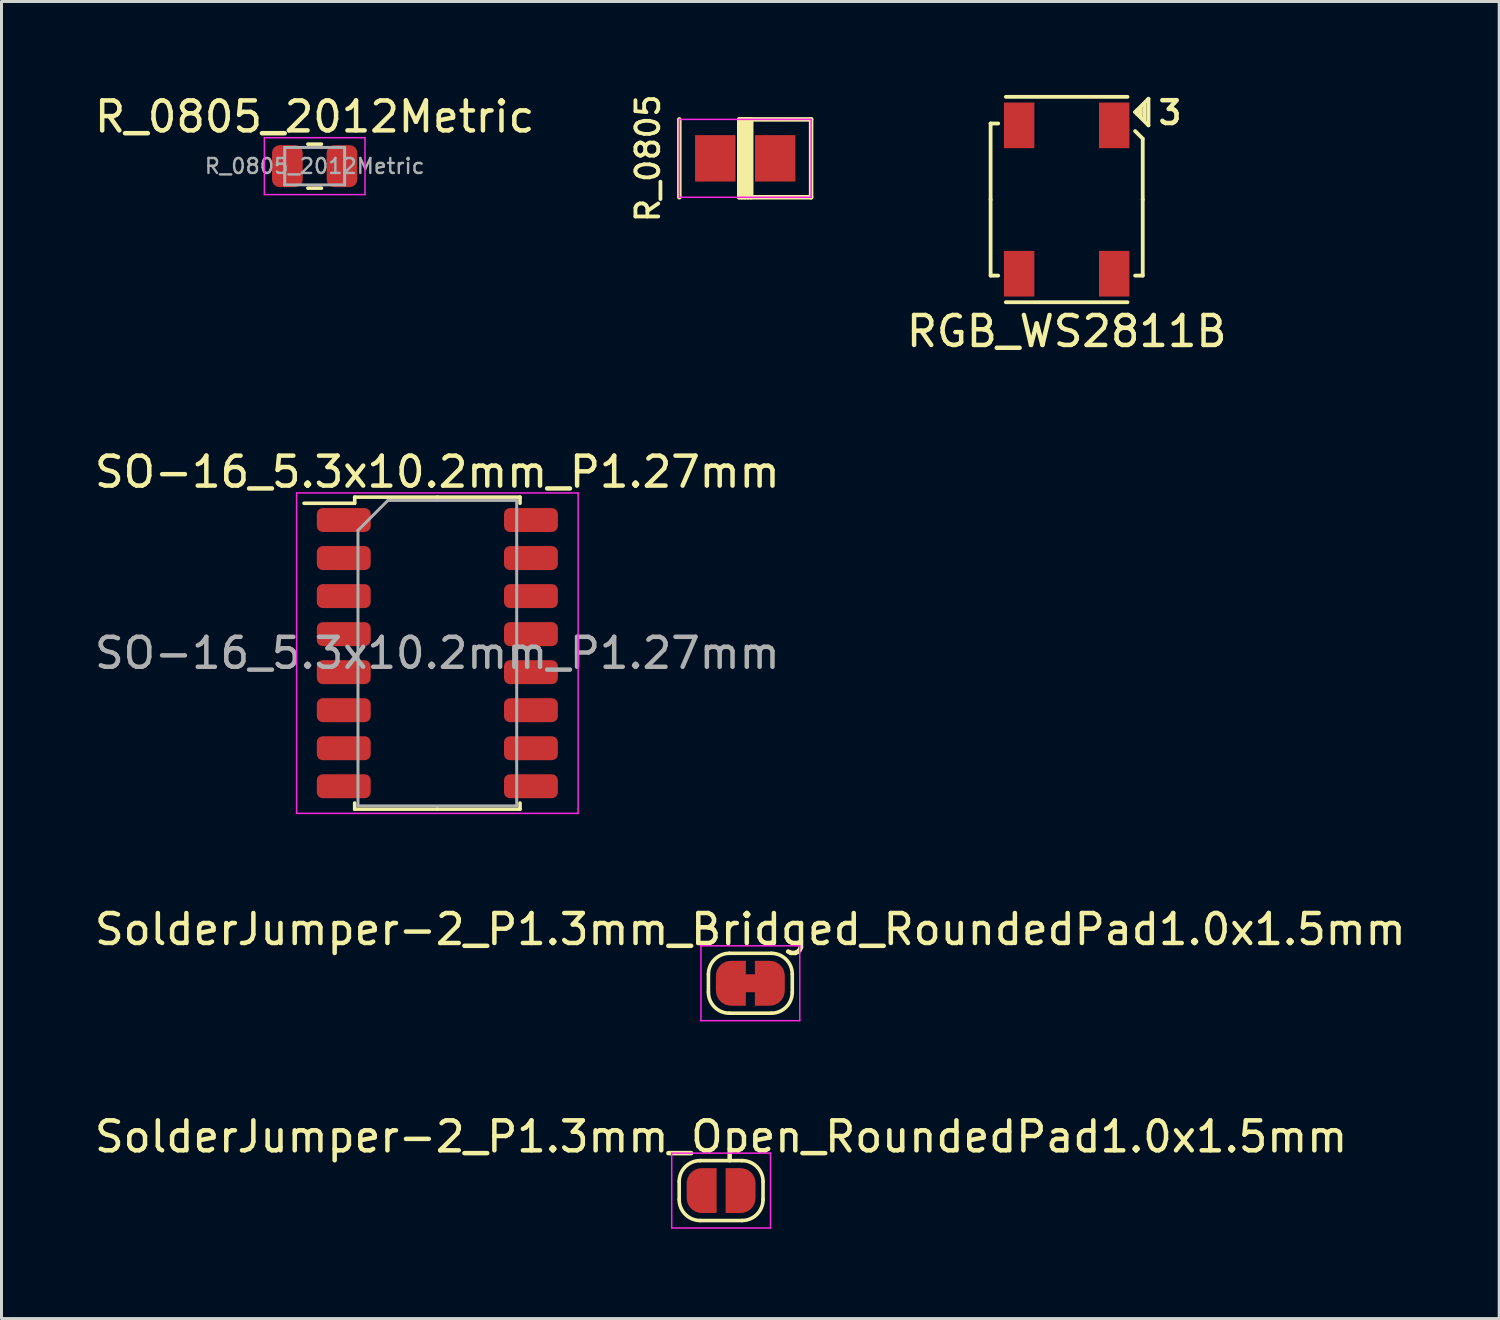
<source format=kicad_pcb>
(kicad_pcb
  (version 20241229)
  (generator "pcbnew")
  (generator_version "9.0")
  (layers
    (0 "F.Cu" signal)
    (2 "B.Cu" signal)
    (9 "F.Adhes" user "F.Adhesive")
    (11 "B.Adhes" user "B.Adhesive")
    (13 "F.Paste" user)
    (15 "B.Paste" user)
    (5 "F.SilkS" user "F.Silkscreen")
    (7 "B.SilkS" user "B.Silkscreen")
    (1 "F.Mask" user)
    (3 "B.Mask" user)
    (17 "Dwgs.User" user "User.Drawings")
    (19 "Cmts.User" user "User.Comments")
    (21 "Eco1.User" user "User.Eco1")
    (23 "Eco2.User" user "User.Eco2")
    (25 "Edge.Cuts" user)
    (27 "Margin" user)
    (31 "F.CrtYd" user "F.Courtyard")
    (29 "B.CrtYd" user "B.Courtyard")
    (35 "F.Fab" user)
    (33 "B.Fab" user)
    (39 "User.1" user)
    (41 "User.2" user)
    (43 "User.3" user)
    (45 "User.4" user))
  (footprint "SolderJumper-2_P1.3mm_Open_RoundedPad1.0x1.5mm"
    (layer "F.Cu")
    (at 21.03 36.706)
    (property "Reference" "SolderJumper-2_P1.3mm_Open_RoundedPad1.0x1.5mm" (at 0 -1.8 0) (layer "F.SilkS") (effects (font (size 1 1) (thickness 0.15))))
    (attr exclude_from_pos_files exclude_from_bom)
    (fp_line (start -1.4 0.3) (end -1.4 -0.3) (stroke (width 0.12) (type solid)) (layer "F.SilkS"))
    (fp_line (start -0.7 -1) (end 0.7 -1) (stroke (width 0.12) (type solid)) (layer "F.SilkS"))
    (fp_line (start 0.7 1) (end -0.7 1) (stroke (width 0.12) (type solid)) (layer "F.SilkS"))
    (fp_line (start 1.4 -0.3) (end 1.4 0.3) (stroke (width 0.12) (type solid)) (layer "F.SilkS"))
    (fp_arc (start -1.4 -0.3) (mid -1.194975 -0.794975) (end -0.7 -1) (stroke (width 0.12) (type solid)) (layer "F.SilkS"))
    (fp_arc (start -0.7 1) (mid -1.194975 0.794975) (end -1.4 0.3) (stroke (width 0.12) (type solid)) (layer "F.SilkS"))
    (fp_arc (start 0.7 -1) (mid 1.194975 -0.794975) (end 1.4 -0.3) (stroke (width 0.12) (type solid)) (layer "F.SilkS"))
    (fp_arc (start 1.4 0.3) (mid 1.194975 0.794975) (end 0.7 1) (stroke (width 0.12) (type solid)) (layer "F.SilkS"))
    (fp_line (start -1.65 -1.25) (end -1.65 1.25) (stroke (width 0.05) (type solid)) (layer "F.CrtYd"))
    (fp_line (start -1.65 -1.25) (end 1.65 -1.25) (stroke (width 0.05) (type solid)) (layer "F.CrtYd"))
    (fp_line (start 1.65 1.25) (end -1.65 1.25) (stroke (width 0.05) (type solid)) (layer "F.CrtYd"))
    (fp_line (start 1.65 1.25) (end 1.65 -1.25) (stroke (width 0.05) (type solid)) (layer "F.CrtYd"))
    (pad "1" smd custom (at -0.65 0) (size 1 0.5) (layers "F.Cu" "F.Mask") (options (anchor rect)) (primitives (gr_circle (center 0 0.25) (end 0.5 0.25) (width 0) (fill yes)) (gr_circle (center 0 -0.25) (end 0.5 -0.25) (width 0) (fill yes)) (gr_poly (pts (xy 0 -0.75) (xy 0.5 -0.75) (xy 0.5 0.75) (xy 0 0.75)) (width 0) (fill yes))))
    (pad "2" smd custom (at 0.65 0) (size 1 0.5) (layers "F.Cu" "F.Mask") (options (anchor rect)) (primitives (gr_circle (center 0 0.25) (end 0.5 0.25) (width 0) (fill yes)) (gr_circle (center 0 -0.25) (end 0.5 -0.25) (width 0) (fill yes)) (gr_poly (pts (xy 0 -0.75) (xy -0.5 -0.75) (xy -0.5 0.75) (xy 0 0.75)) (width 0) (fill yes)))))
  (footprint "SO-16_5.3x10.2mm_P1.27mm"
    (layer "F.Cu")
    (at 11.554 18.76)
    (property "Reference" "SO-16_5.3x10.2mm_P1.27mm" (at 0 -6.05 0) (layer "F.SilkS") (effects (font (size 1 1) (thickness 0.15))))
    (attr smd)
    (fp_line (start -2.76 -5.21) (end -2.76 -5.005) (stroke (width 0.12) (type solid)) (layer "F.SilkS"))
    (fp_line (start -2.76 -5.005) (end -4.45 -5.005) (stroke (width 0.12) (type solid)) (layer "F.SilkS"))
    (fp_line (start -2.76 5.21) (end -2.76 5.005) (stroke (width 0.12) (type solid)) (layer "F.SilkS"))
    (fp_line (start 0 -5.21) (end -2.76 -5.21) (stroke (width 0.12) (type solid)) (layer "F.SilkS"))
    (fp_line (start 0 -5.21) (end 2.76 -5.21) (stroke (width 0.12) (type solid)) (layer "F.SilkS"))
    (fp_line (start 0 5.21) (end -2.76 5.21) (stroke (width 0.12) (type solid)) (layer "F.SilkS"))
    (fp_line (start 0 5.21) (end 2.76 5.21) (stroke (width 0.12) (type solid)) (layer "F.SilkS"))
    (fp_line (start 2.76 -5.21) (end 2.76 -5.005) (stroke (width 0.12) (type solid)) (layer "F.SilkS"))
    (fp_line (start 2.76 5.21) (end 2.76 5.005) (stroke (width 0.12) (type solid)) (layer "F.SilkS"))
    (fp_line (start -4.7 -5.35) (end -4.7 5.35) (stroke (width 0.05) (type solid)) (layer "F.CrtYd"))
    (fp_line (start -4.7 5.35) (end 4.7 5.35) (stroke (width 0.05) (type solid)) (layer "F.CrtYd"))
    (fp_line (start 4.7 -5.35) (end -4.7 -5.35) (stroke (width 0.05) (type solid)) (layer "F.CrtYd"))
    (fp_line (start 4.7 5.35) (end 4.7 -5.35) (stroke (width 0.05) (type solid)) (layer "F.CrtYd"))
    (fp_line (start -2.65 -4.1) (end -1.65 -5.1) (stroke (width 0.1) (type solid)) (layer "F.Fab"))
    (fp_line (start -2.65 5.1) (end -2.65 -4.1) (stroke (width 0.1) (type solid)) (layer "F.Fab"))
    (fp_line (start -1.65 -5.1) (end 2.65 -5.1) (stroke (width 0.1) (type solid)) (layer "F.Fab"))
    (fp_line (start 2.65 -5.1) (end 2.65 5.1) (stroke (width 0.1) (type solid)) (layer "F.Fab"))
    (fp_line (start 2.65 5.1) (end -2.65 5.1) (stroke (width 0.1) (type solid)) (layer "F.Fab"))
    (fp_text user "${REFERENCE}" (at 0 0 0) (layer "F.Fab") (effects (font (size 1 1) (thickness 0.15))))
    (pad "1" smd roundrect (at -3.125 -4.445) (size 1.8 0.8) (layers "F.Cu" "F.Mask" "F.Paste") (roundrect_rratio 0.25))
    (pad "2" smd roundrect (at -3.125 -3.175) (size 1.8 0.8) (layers "F.Cu" "F.Mask" "F.Paste") (roundrect_rratio 0.25))
    (pad "3" smd roundrect (at -3.125 -1.905) (size 1.8 0.8) (layers "F.Cu" "F.Mask" "F.Paste") (roundrect_rratio 0.25))
    (pad "4" smd roundrect (at -3.125 -0.635) (size 1.8 0.8) (layers "F.Cu" "F.Mask" "F.Paste") (roundrect_rratio 0.25))
    (pad "5" smd roundrect (at -3.125 0.635) (size 1.8 0.8) (layers "F.Cu" "F.Mask" "F.Paste") (roundrect_rratio 0.25))
    (pad "6" smd roundrect (at -3.125 1.905) (size 1.8 0.8) (layers "F.Cu" "F.Mask" "F.Paste") (roundrect_rratio 0.25))
    (pad "7" smd roundrect (at -3.125 3.175) (size 1.8 0.8) (layers "F.Cu" "F.Mask" "F.Paste") (roundrect_rratio 0.25))
    (pad "8" smd roundrect (at -3.125 4.445) (size 1.8 0.8) (layers "F.Cu" "F.Mask" "F.Paste") (roundrect_rratio 0.25))
    (pad "9" smd roundrect (at 3.125 4.445) (size 1.8 0.8) (layers "F.Cu" "F.Mask" "F.Paste") (roundrect_rratio 0.25))
    (pad "10" smd roundrect (at 3.125 3.175) (size 1.8 0.8) (layers "F.Cu" "F.Mask" "F.Paste") (roundrect_rratio 0.25))
    (pad "11" smd roundrect (at 3.125 1.905) (size 1.8 0.8) (layers "F.Cu" "F.Mask" "F.Paste") (roundrect_rratio 0.25))
    (pad "12" smd roundrect (at 3.125 0.635) (size 1.8 0.8) (layers "F.Cu" "F.Mask" "F.Paste") (roundrect_rratio 0.25))
    (pad "13" smd roundrect (at 3.125 -0.635) (size 1.8 0.8) (layers "F.Cu" "F.Mask" "F.Paste") (roundrect_rratio 0.25))
    (pad "14" smd roundrect (at 3.125 -1.905) (size 1.8 0.8) (layers "F.Cu" "F.Mask" "F.Paste") (roundrect_rratio 0.25))
    (pad "15" smd roundrect (at 3.125 -3.175) (size 1.8 0.8) (layers "F.Cu" "F.Mask" "F.Paste") (roundrect_rratio 0.25))
    (pad "16" smd roundrect (at 3.125 -4.445) (size 1.8 0.8) (layers "F.Cu" "F.Mask" "F.Paste") (roundrect_rratio 0.25)))
  (footprint "R_0805"
    (layer "F.Cu")
    (at 21.835 2.237)
    (property "Reference" "R_0805" (at -3.25 0 270) (layer "F.SilkS") (effects (font (size 0.762 0.762) (thickness 0.127))))
    (attr smd)
    (fp_line (start -2.2 1.3) (end -2.2 -1.3) (stroke (width 0.15) (type solid)) (layer "F.SilkS"))
    (fp_line (start -0.2 1.3) (end -0.2 -1.3) (stroke (width 0.15) (type solid)) (layer "F.SilkS"))
    (fp_line (start -0.2 1.3) (end 2.2 1.3) (stroke (width 0.15) (type solid)) (layer "F.SilkS"))
    (fp_line (start -0.1 -1.3) (end -0.1 1.3) (stroke (width 0.15) (type solid)) (layer "F.SilkS"))
    (fp_line (start 0 -1.3) (end 0 1.3) (stroke (width 0.15) (type solid)) (layer "F.SilkS"))
    (fp_line (start 0.1 1.3) (end 0.1 -1.3) (stroke (width 0.15) (type solid)) (layer "F.SilkS"))
    (fp_line (start 0.2 -1.3) (end 0.2 1.3) (stroke (width 0.15) (type solid)) (layer "F.SilkS"))
    (fp_line (start 2.2 -1.3) (end -0.2 -1.3) (stroke (width 0.15) (type solid)) (layer "F.SilkS"))
    (fp_line (start 2.2 1.3) (end 2.2 -1.3) (stroke (width 0.15) (type solid)) (layer "F.SilkS"))
    (fp_line (start -2.2 -1.3) (end 2.2 -1.3) (stroke (width 0.05) (type solid)) (layer "F.CrtYd"))
    (fp_line (start -2.2 1.3) (end -2.2 -1.3) (stroke (width 0.05) (type solid)) (layer "F.CrtYd"))
    (fp_line (start 2.2 -1.3) (end 2.2 1.3) (stroke (width 0.05) (type solid)) (layer "F.CrtYd"))
    (fp_line (start 2.2 1.3) (end -2.2 1.3) (stroke (width 0.05) (type solid)) (layer "F.CrtYd"))
    (pad "1" smd rect (at 1 0) (size 1.35 1.55) (layers "F.Cu" "F.Mask" "F.Paste"))
    (pad "2" smd rect (at -1 0) (size 1.35 1.55) (layers "F.Cu" "F.Mask" "F.Paste")))
  (footprint "RGB_WS2811B"
    (layer "F.Cu")
    (at 32.569 3.613)
    (property "Reference" "RGB_WS2811B" (at 0 4.4 0) (layer "F.SilkS") (effects (font (size 1 1) (thickness 0.15))))
    (attr through_hole)
    (fp_line (start -2.54 -2.54) (end -2.286 -2.54) (stroke (width 0.127) (type solid)) (layer "F.SilkS"))
    (fp_line (start -2.54 0) (end -2.54 -2.54) (stroke (width 0.127) (type solid)) (layer "F.SilkS"))
    (fp_line (start -2.54 2.54) (end -2.54 0) (stroke (width 0.127) (type solid)) (layer "F.SilkS"))
    (fp_line (start -2.54 2.54) (end -2.286 2.54) (stroke (width 0.127) (type solid)) (layer "F.SilkS"))
    (fp_line (start 2.032 -3.429) (end -2.032 -3.429) (stroke (width 0.127) (type solid)) (layer "F.SilkS"))
    (fp_line (start 2.032 3.429) (end -2.032 3.429) (stroke (width 0.127) (type solid)) (layer "F.SilkS"))
    (fp_line (start 2.286 -2.921) (end 2.731 -3.365) (stroke (width 0.127) (type solid)) (layer "F.SilkS"))
    (fp_line (start 2.349 -2.857) (end 2.349 -2.985) (stroke (width 0.127) (type solid)) (layer "F.SilkS"))
    (fp_line (start 2.477 -2.794) (end 2.477 -3.048) (stroke (width 0.127) (type solid)) (layer "F.SilkS"))
    (fp_line (start 2.54 -2.032) (end 2.286 -2.286) (stroke (width 0.127) (type solid)) (layer "F.SilkS"))
    (fp_line (start 2.54 -2.032) (end 2.54 0) (stroke (width 0.127) (type solid)) (layer "F.SilkS"))
    (fp_line (start 2.54 0) (end 2.54 2.54) (stroke (width 0.127) (type solid)) (layer "F.SilkS"))
    (fp_line (start 2.54 2.54) (end 2.286 2.54) (stroke (width 0.127) (type solid)) (layer "F.SilkS"))
    (fp_line (start 2.603 -2.667) (end 2.603 -3.175) (stroke (width 0.127) (type solid)) (layer "F.SilkS"))
    (fp_line (start 2.731 -3.365) (end 2.731 -2.477) (stroke (width 0.127) (type solid)) (layer "F.SilkS"))
    (fp_line (start 2.731 -2.477) (end 2.286 -2.921) (stroke (width 0.127) (type solid)) (layer "F.SilkS"))
    (fp_text user "3" (at 3.45 -2.9 180) (layer "F.SilkS") (effects (font (size 0.762 0.762) (thickness 0.152))))
    (pad "1" smd rect (at -1.587 2.477 180) (size 1.016 1.524) (layers "F.Cu" "F.Mask" "F.Paste"))
    (pad "2" smd rect (at 1.587 2.477 180) (size 1.016 1.524) (layers "F.Cu" "F.Mask" "F.Paste"))
    (pad "3" smd rect (at 1.587 -2.477 180) (size 1.016 1.524) (layers "F.Cu" "F.Mask" "F.Paste"))
    (pad "4" smd rect (at -1.587 -2.477 180) (size 1.016 1.524) (layers "F.Cu" "F.Mask" "F.Paste")))
  (footprint "SolderJumper-2_P1.3mm_Bridged_RoundedPad1.0x1.5mm"
    (layer "F.Cu")
    (at 22.006 29.783)
    (property "Reference" "SolderJumper-2_P1.3mm_Bridged_RoundedPad1.0x1.5mm" (at 0 -1.8 0) (layer "F.SilkS") (effects (font (size 1 1) (thickness 0.15))))
    (attr exclude_from_pos_files exclude_from_bom)
    (fp_poly (pts (xy 0.25 -0.3) (xy -0.25 -0.3) (xy -0.25 0.3) (xy 0.25 0.3)) (stroke (width 0) (type solid)) (fill yes) (layer "F.Cu"))
    (fp_line (start -1.4 0.3) (end -1.4 -0.3) (stroke (width 0.12) (type solid)) (layer "F.SilkS"))
    (fp_line (start -0.7 -1) (end 0.7 -1) (stroke (width 0.12) (type solid)) (layer "F.SilkS"))
    (fp_line (start 0.7 1) (end -0.7 1) (stroke (width 0.12) (type solid)) (layer "F.SilkS"))
    (fp_line (start 1.4 -0.3) (end 1.4 0.3) (stroke (width 0.12) (type solid)) (layer "F.SilkS"))
    (fp_arc (start -1.4 -0.3) (mid -1.194975 -0.794975) (end -0.7 -1) (stroke (width 0.12) (type solid)) (layer "F.SilkS"))
    (fp_arc (start -0.7 1) (mid -1.194975 0.794975) (end -1.4 0.3) (stroke (width 0.12) (type solid)) (layer "F.SilkS"))
    (fp_arc (start 0.7 -1) (mid 1.194975 -0.794975) (end 1.4 -0.3) (stroke (width 0.12) (type solid)) (layer "F.SilkS"))
    (fp_arc (start 1.4 0.3) (mid 1.194975 0.794975) (end 0.7 1) (stroke (width 0.12) (type solid)) (layer "F.SilkS"))
    (fp_line (start -1.65 -1.25) (end -1.65 1.25) (stroke (width 0.05) (type solid)) (layer "F.CrtYd"))
    (fp_line (start -1.65 -1.25) (end 1.65 -1.25) (stroke (width 0.05) (type solid)) (layer "F.CrtYd"))
    (fp_line (start 1.65 1.25) (end -1.65 1.25) (stroke (width 0.05) (type solid)) (layer "F.CrtYd"))
    (fp_line (start 1.65 1.25) (end 1.65 -1.25) (stroke (width 0.05) (type solid)) (layer "F.CrtYd"))
    (pad "1" smd custom (at -0.65 0) (size 1 0.5) (layers "F.Cu" "F.Mask") (options (anchor rect)) (primitives (gr_circle (center 0 0.25) (end 0.5 0.25) (width 0) (fill yes)) (gr_circle (center 0 -0.25) (end 0.5 -0.25) (width 0) (fill yes)) (gr_poly (pts (xy 0 -0.75) (xy 0.5 -0.75) (xy 0.5 0.75) (xy 0 0.75)) (width 0) (fill yes))))
    (pad "2" smd custom (at 0.65 0) (size 1 0.5) (layers "F.Cu" "F.Mask") (options (anchor rect)) (primitives (gr_circle (center 0 0.25) (end 0.5 0.25) (width 0) (fill yes)) (gr_circle (center 0 -0.25) (end 0.5 -0.25) (width 0) (fill yes)) (gr_poly (pts (xy 0 -0.75) (xy -0.5 -0.75) (xy -0.5 0.75) (xy 0 0.75)) (width 0) (fill yes)))))
  (footprint "R_0805_2012Metric"
    (layer "F.Cu")
    (at 7.458 2.498)
    (property "Reference" "R_0805_2012Metric" (at 0 -1.65 0) (layer "F.SilkS") (effects (font (size 1 1) (thickness 0.15))))
    (attr smd)
    (fp_line (start -0.227 -0.735) (end 0.227 -0.735) (stroke (width 0.12) (type solid)) (layer "F.SilkS"))
    (fp_line (start -0.227 0.735) (end 0.227 0.735) (stroke (width 0.12) (type solid)) (layer "F.SilkS"))
    (fp_line (start -1.68 -0.95) (end 1.68 -0.95) (stroke (width 0.05) (type solid)) (layer "F.CrtYd"))
    (fp_line (start -1.68 0.95) (end -1.68 -0.95) (stroke (width 0.05) (type solid)) (layer "F.CrtYd"))
    (fp_line (start 1.68 -0.95) (end 1.68 0.95) (stroke (width 0.05) (type solid)) (layer "F.CrtYd"))
    (fp_line (start 1.68 0.95) (end -1.68 0.95) (stroke (width 0.05) (type solid)) (layer "F.CrtYd"))
    (fp_line (start -1 -0.625) (end 1 -0.625) (stroke (width 0.1) (type solid)) (layer "F.Fab"))
    (fp_line (start -1 0.625) (end -1 -0.625) (stroke (width 0.1) (type solid)) (layer "F.Fab"))
    (fp_line (start 1 -0.625) (end 1 0.625) (stroke (width 0.1) (type solid)) (layer "F.Fab"))
    (fp_line (start 1 0.625) (end -1 0.625) (stroke (width 0.1) (type solid)) (layer "F.Fab"))
    (fp_text user "${REFERENCE}" (at 0 0 0) (layer "F.Fab") (effects (font (size 0.5 0.5) (thickness 0.08))))
    (pad "1" smd roundrect (at -0.912 0) (size 1.025 1.4) (layers "F.Cu" "F.Mask" "F.Paste") (roundrect_rratio 0.244))
    (pad "2" smd roundrect (at 0.912 0) (size 1.025 1.4) (layers "F.Cu" "F.Mask" "F.Paste") (roundrect_rratio 0.244)))
  (gr_rect
    (start -3 -3)
    (end 47.012 40.981)
    (stroke (width 0.1) (type default))
    (fill no)
    (layer "Edge.Cuts")))
</source>
